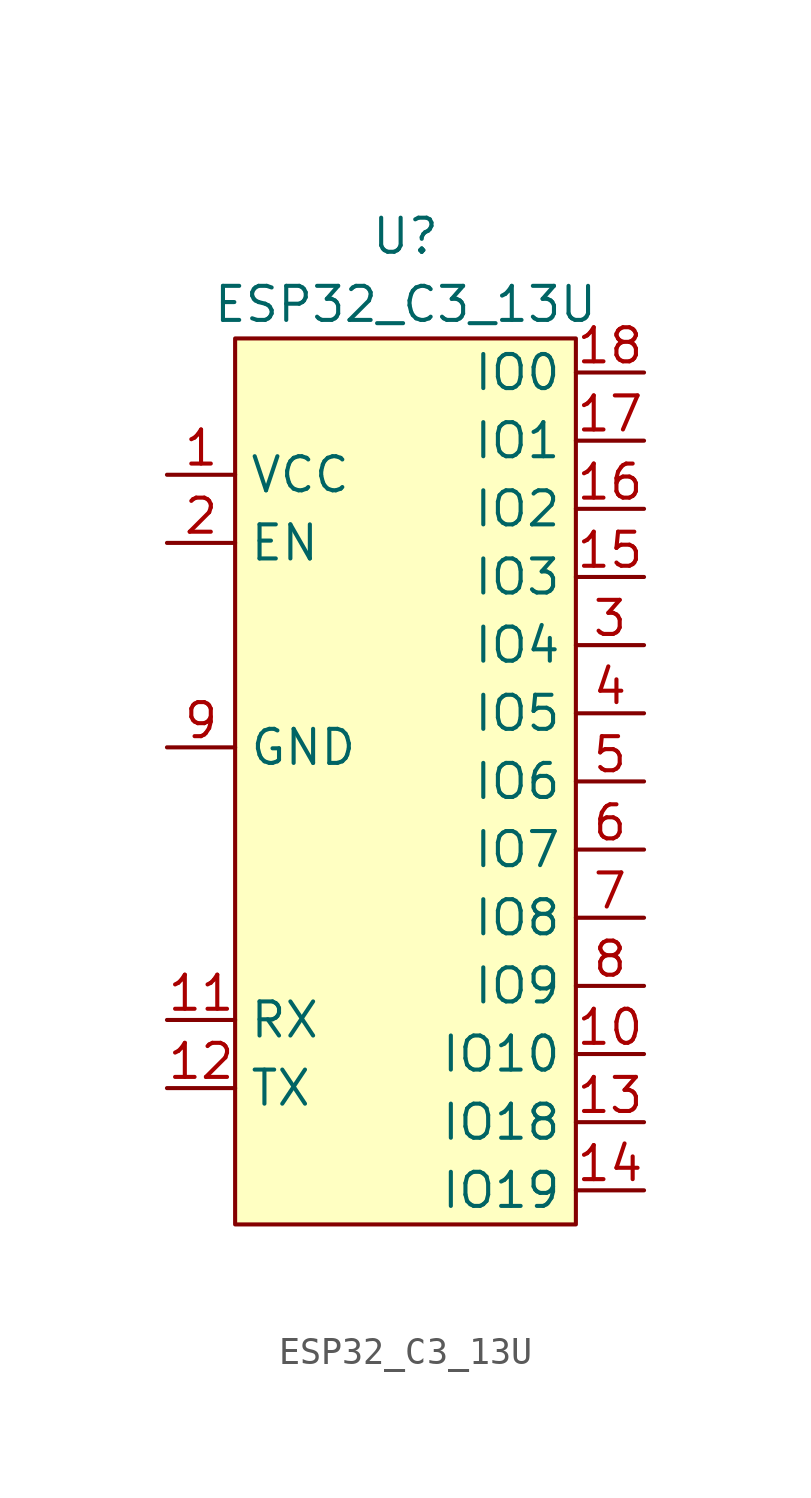
<source format=kicad_sym>
(kicad_symbol_lib
  (version 20211014)
  (generator kicad_symbol_editor)
  (symbol "ESP32_C3_13U"
    (property "Reference" "U"
      (at 0 3.81 0)
      (effects (font (size 1.27 1.27))))
    (property "Value" "ESP32_C3_13U"
      (at 0 1.27 0)
      (effects (font (size 1.27 1.27))))
    (symbol "ESP32_C3_13U_0_0"
      (pin power_in line (at -8.89 -5.08 0) (length 2.54) (name "VCC" (effects (font (size 1.27 1.27)))) (number "1" (effects (font (size 1.27 1.27)))))
      (pin bidirectional line (at 8.89 -26.67 180) (length 2.54) (name "IO10" (effects (font (size 1.27 1.27)))) (number "10" (effects (font (size 1.27 1.27)))))
      (pin input line (at -8.89 -25.4 0) (length 2.54) (name "RX" (effects (font (size 1.27 1.27)))) (number "11" (effects (font (size 1.27 1.27)))))
      (pin output line (at -8.89 -27.94 0) (length 2.54) (name "TX" (effects (font (size 1.27 1.27)))) (number "12" (effects (font (size 1.27 1.27)))))
      (pin bidirectional line (at 8.89 -29.21 180) (length 2.54) (name "IO18" (effects (font (size 1.27 1.27)))) (number "13" (effects (font (size 1.27 1.27)))))
      (pin bidirectional line (at 8.89 -31.75 180) (length 2.54) (name "IO19" (effects (font (size 1.27 1.27)))) (number "14" (effects (font (size 1.27 1.27)))))
      (pin bidirectional line (at 8.89 -8.89 180) (length 2.54) (name "IO3" (effects (font (size 1.27 1.27)))) (number "15" (effects (font (size 1.27 1.27)))))
      (pin bidirectional line (at 8.89 -6.35 180) (length 2.54) (name "IO2" (effects (font (size 1.27 1.27)))) (number "16" (effects (font (size 1.27 1.27)))))
      (pin bidirectional line (at 8.89 -3.81 180) (length 2.54) (name "IO1" (effects (font (size 1.27 1.27)))) (number "17" (effects (font (size 1.27 1.27)))))
      (pin bidirectional line (at 8.89 -1.27 180) (length 2.54) (name "IO0" (effects (font (size 1.27 1.27)))) (number "18" (effects (font (size 1.27 1.27)))))
      (pin input line (at -8.89 -7.62 0) (length 2.54) (name "EN" (effects (font (size 1.27 1.27)))) (number "2" (effects (font (size 1.27 1.27)))))
      (pin bidirectional line (at 8.89 -11.43 180) (length 2.54) (name "IO4" (effects (font (size 1.27 1.27)))) (number "3" (effects (font (size 1.27 1.27)))))
      (pin bidirectional line (at 8.89 -13.97 180) (length 2.54) (name "IO5" (effects (font (size 1.27 1.27)))) (number "4" (effects (font (size 1.27 1.27)))))
      (pin bidirectional line (at 8.89 -16.51 180) (length 2.54) (name "IO6" (effects (font (size 1.27 1.27)))) (number "5" (effects (font (size 1.27 1.27)))))
      (pin bidirectional line (at 8.89 -19.05 180) (length 2.54) (name "IO7" (effects (font (size 1.27 1.27)))) (number "6" (effects (font (size 1.27 1.27)))))
      (pin bidirectional line (at 8.89 -21.59 180) (length 2.54) (name "IO8" (effects (font (size 1.27 1.27)))) (number "7" (effects (font (size 1.27 1.27)))))
      (pin bidirectional line (at 8.89 -24.13 180) (length 2.54) (name "IO9" (effects (font (size 1.27 1.27)))) (number "8" (effects (font (size 1.27 1.27)))))
      (pin bidirectional line (at -8.89 -15.24 0) (length 2.54) (name "GND" (effects (font (size 1.27 1.27)))) (number "9" (effects (font (size 1.27 1.27))))))
    (symbol "ESP32_C3_13U_0_1"
      (rectangle (start -6.35 0) (end 6.35 -33.02) (stroke (width 0.152) (type default) (color 0 0 0 0)) (fill (type background))))))
</source>
